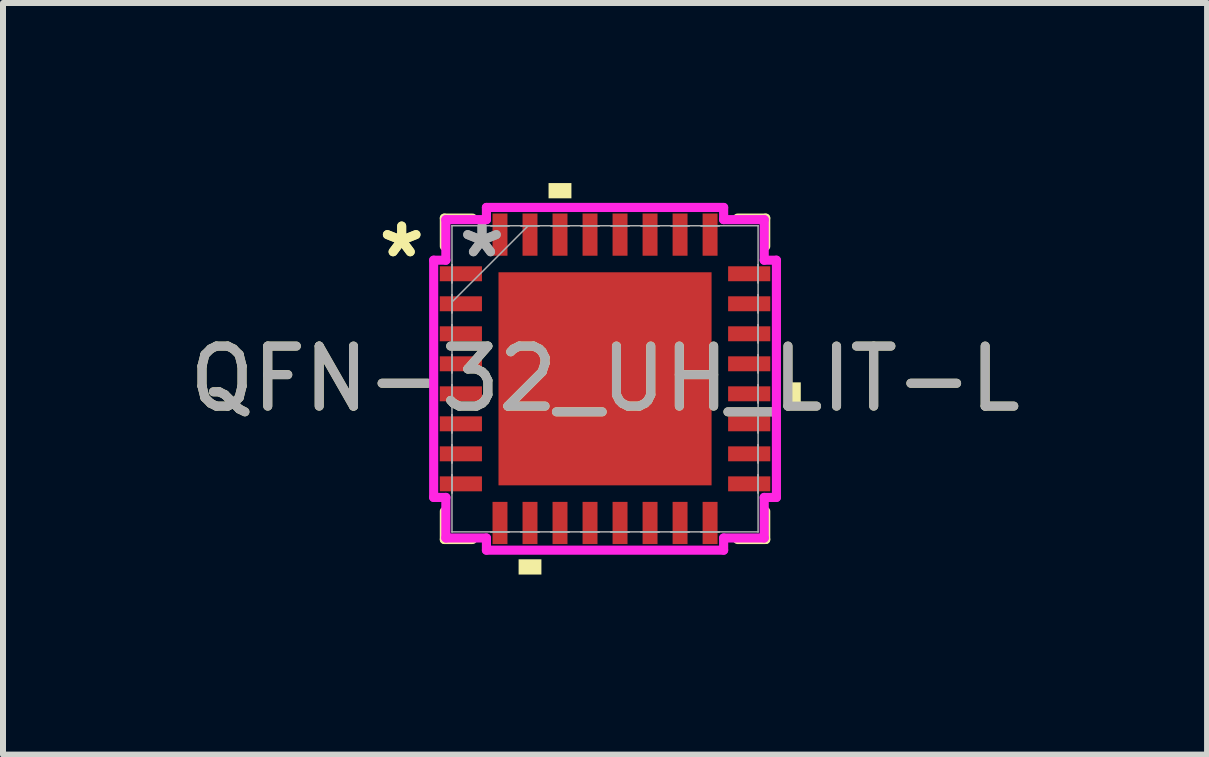
<source format=kicad_pcb>
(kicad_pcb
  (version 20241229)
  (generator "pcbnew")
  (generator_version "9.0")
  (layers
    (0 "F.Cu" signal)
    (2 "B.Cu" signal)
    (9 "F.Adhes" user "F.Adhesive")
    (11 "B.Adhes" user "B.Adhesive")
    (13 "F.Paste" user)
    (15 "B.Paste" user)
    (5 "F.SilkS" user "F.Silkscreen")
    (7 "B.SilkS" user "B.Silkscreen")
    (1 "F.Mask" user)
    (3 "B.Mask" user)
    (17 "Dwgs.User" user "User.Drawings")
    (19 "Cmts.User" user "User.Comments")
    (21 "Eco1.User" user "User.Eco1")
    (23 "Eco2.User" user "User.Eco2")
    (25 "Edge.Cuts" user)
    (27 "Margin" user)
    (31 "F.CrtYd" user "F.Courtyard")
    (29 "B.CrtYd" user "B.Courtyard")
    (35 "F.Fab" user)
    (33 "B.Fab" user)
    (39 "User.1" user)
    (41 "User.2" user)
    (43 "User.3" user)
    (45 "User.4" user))
  (footprint "QFN-32_UH_LIT-L"
    (layer "F.Cu")
    (at 7.03 3.261)
    (property "Reference" "QFN-32_UH_LIT-L" (at 0 0 0) (unlocked yes) (layer "F.SilkS") (effects (font (size 1 1) (thickness 0.15))))
    (attr smd)
    (fp_line (start -2.677 -2.677) (end -2.677 -2.207) (stroke (width 0.152) (type solid)) (layer "F.SilkS"))
    (fp_line (start -2.677 2.207) (end -2.677 2.677) (stroke (width 0.152) (type solid)) (layer "F.SilkS"))
    (fp_line (start -2.677 2.677) (end -2.207 2.677) (stroke (width 0.152) (type solid)) (layer "F.SilkS"))
    (fp_line (start -2.207 -2.677) (end -2.677 -2.677) (stroke (width 0.152) (type solid)) (layer "F.SilkS"))
    (fp_line (start 2.207 2.677) (end 2.677 2.677) (stroke (width 0.152) (type solid)) (layer "F.SilkS"))
    (fp_line (start 2.677 -2.677) (end 2.207 -2.677) (stroke (width 0.152) (type solid)) (layer "F.SilkS"))
    (fp_line (start 2.677 -2.207) (end 2.677 -2.677) (stroke (width 0.152) (type solid)) (layer "F.SilkS"))
    (fp_line (start 2.677 2.677) (end 2.677 2.207) (stroke (width 0.152) (type solid)) (layer "F.SilkS"))
    (fp_poly (pts (xy -1.44 3.007) (xy -1.44 3.261) (xy -1.06 3.261) (xy -1.06 3.007)) (stroke (width 0) (type solid)) (fill yes) (layer "F.SilkS"))
    (fp_poly (pts (xy -0.941 -3.007) (xy -0.941 -3.261) (xy -0.56 -3.261) (xy -0.56 -3.007)) (stroke (width 0) (type solid)) (fill yes) (layer "F.SilkS"))
    (fp_poly (pts (xy 3.261 0.059) (xy 3.261 0.441) (xy 3.007 0.441) (xy 3.007 0.059)) (stroke (width 0) (type solid)) (fill yes) (layer "F.SilkS"))
    (fp_poly (pts (xy -1.675 -1.675) (xy -1.675 -0.1) (xy -0.1 -0.1) (xy -0.1 -1.675)) (stroke (width 0) (type solid)) (fill yes) (layer "F.Paste"))
    (fp_poly (pts (xy -1.675 0.1) (xy -1.675 1.675) (xy -0.1 1.675) (xy -0.1 0.1)) (stroke (width 0) (type solid)) (fill yes) (layer "F.Paste"))
    (fp_poly (pts (xy 0.1 -1.675) (xy 0.1 -0.1) (xy 1.675 -0.1) (xy 1.675 -1.675)) (stroke (width 0) (type solid)) (fill yes) (layer "F.Paste"))
    (fp_poly (pts (xy 0.1 0.1) (xy 0.1 1.675) (xy 1.675 1.675) (xy 1.675 0.1)) (stroke (width 0) (type solid)) (fill yes) (layer "F.Paste"))
    (fp_line (start -2.855 -1.976) (end -2.652 -1.976) (stroke (width 0.152) (type solid)) (layer "F.CrtYd"))
    (fp_line (start -2.855 1.976) (end -2.855 -1.976) (stroke (width 0.152) (type solid)) (layer "F.CrtYd"))
    (fp_line (start -2.652 -2.652) (end -1.976 -2.652) (stroke (width 0.152) (type solid)) (layer "F.CrtYd"))
    (fp_line (start -2.652 -1.976) (end -2.652 -2.652) (stroke (width 0.152) (type solid)) (layer "F.CrtYd"))
    (fp_line (start -2.652 1.976) (end -2.855 1.976) (stroke (width 0.152) (type solid)) (layer "F.CrtYd"))
    (fp_line (start -2.652 2.652) (end -2.652 1.976) (stroke (width 0.152) (type solid)) (layer "F.CrtYd"))
    (fp_line (start -1.976 -2.855) (end 1.976 -2.855) (stroke (width 0.152) (type solid)) (layer "F.CrtYd"))
    (fp_line (start -1.976 -2.652) (end -1.976 -2.855) (stroke (width 0.152) (type solid)) (layer "F.CrtYd"))
    (fp_line (start -1.976 2.652) (end -2.652 2.652) (stroke (width 0.152) (type solid)) (layer "F.CrtYd"))
    (fp_line (start -1.976 2.855) (end -1.976 2.652) (stroke (width 0.152) (type solid)) (layer "F.CrtYd"))
    (fp_line (start 1.976 -2.855) (end 1.976 -2.652) (stroke (width 0.152) (type solid)) (layer "F.CrtYd"))
    (fp_line (start 1.976 -2.652) (end 2.652 -2.652) (stroke (width 0.152) (type solid)) (layer "F.CrtYd"))
    (fp_line (start 1.976 2.652) (end 1.976 2.855) (stroke (width 0.152) (type solid)) (layer "F.CrtYd"))
    (fp_line (start 1.976 2.855) (end -1.976 2.855) (stroke (width 0.152) (type solid)) (layer "F.CrtYd"))
    (fp_line (start 2.652 -2.652) (end 2.652 -1.976) (stroke (width 0.152) (type solid)) (layer "F.CrtYd"))
    (fp_line (start 2.652 -1.976) (end 2.855 -1.976) (stroke (width 0.152) (type solid)) (layer "F.CrtYd"))
    (fp_line (start 2.652 1.976) (end 2.652 2.652) (stroke (width 0.152) (type solid)) (layer "F.CrtYd"))
    (fp_line (start 2.652 2.652) (end 1.976 2.652) (stroke (width 0.152) (type solid)) (layer "F.CrtYd"))
    (fp_line (start 2.855 -1.976) (end 2.855 1.976) (stroke (width 0.152) (type solid)) (layer "F.CrtYd"))
    (fp_line (start 2.855 1.976) (end 2.652 1.976) (stroke (width 0.152) (type solid)) (layer "F.CrtYd"))
    (fp_line (start -2.55 -2.55) (end -2.55 -2.55) (stroke (width 0.025) (type solid)) (layer "F.Fab"))
    (fp_line (start -2.55 -2.55) (end -2.55 2.55) (stroke (width 0.025) (type solid)) (layer "F.Fab"))
    (fp_line (start -2.55 -1.9) (end -2.55 -1.9) (stroke (width 0.025) (type solid)) (layer "F.Fab"))
    (fp_line (start -2.55 -1.9) (end -2.55 -1.6) (stroke (width 0.025) (type solid)) (layer "F.Fab"))
    (fp_line (start -2.55 -1.6) (end -2.55 -1.9) (stroke (width 0.025) (type solid)) (layer "F.Fab"))
    (fp_line (start -2.55 -1.6) (end -2.55 -1.6) (stroke (width 0.025) (type solid)) (layer "F.Fab"))
    (fp_line (start -2.55 -1.4) (end -2.55 -1.4) (stroke (width 0.025) (type solid)) (layer "F.Fab"))
    (fp_line (start -2.55 -1.4) (end -2.55 -1.1) (stroke (width 0.025) (type solid)) (layer "F.Fab"))
    (fp_line (start -2.55 -1.28) (end -1.28 -2.55) (stroke (width 0.025) (type solid)) (layer "F.Fab"))
    (fp_line (start -2.55 -1.1) (end -2.55 -1.4) (stroke (width 0.025) (type solid)) (layer "F.Fab"))
    (fp_line (start -2.55 -1.1) (end -2.55 -1.1) (stroke (width 0.025) (type solid)) (layer "F.Fab"))
    (fp_line (start -2.55 -0.9) (end -2.55 -0.9) (stroke (width 0.025) (type solid)) (layer "F.Fab"))
    (fp_line (start -2.55 -0.9) (end -2.55 -0.6) (stroke (width 0.025) (type solid)) (layer "F.Fab"))
    (fp_line (start -2.55 -0.6) (end -2.55 -0.9) (stroke (width 0.025) (type solid)) (layer "F.Fab"))
    (fp_line (start -2.55 -0.6) (end -2.55 -0.6) (stroke (width 0.025) (type solid)) (layer "F.Fab"))
    (fp_line (start -2.55 -0.4) (end -2.55 -0.4) (stroke (width 0.025) (type solid)) (layer "F.Fab"))
    (fp_line (start -2.55 -0.4) (end -2.55 -0.1) (stroke (width 0.025) (type solid)) (layer "F.Fab"))
    (fp_line (start -2.55 -0.1) (end -2.55 -0.4) (stroke (width 0.025) (type solid)) (layer "F.Fab"))
    (fp_line (start -2.55 -0.1) (end -2.55 -0.1) (stroke (width 0.025) (type solid)) (layer "F.Fab"))
    (fp_line (start -2.55 0.1) (end -2.55 0.1) (stroke (width 0.025) (type solid)) (layer "F.Fab"))
    (fp_line (start -2.55 0.1) (end -2.55 0.4) (stroke (width 0.025) (type solid)) (layer "F.Fab"))
    (fp_line (start -2.55 0.4) (end -2.55 0.1) (stroke (width 0.025) (type solid)) (layer "F.Fab"))
    (fp_line (start -2.55 0.4) (end -2.55 0.4) (stroke (width 0.025) (type solid)) (layer "F.Fab"))
    (fp_line (start -2.55 0.6) (end -2.55 0.6) (stroke (width 0.025) (type solid)) (layer "F.Fab"))
    (fp_line (start -2.55 0.6) (end -2.55 0.9) (stroke (width 0.025) (type solid)) (layer "F.Fab"))
    (fp_line (start -2.55 0.9) (end -2.55 0.6) (stroke (width 0.025) (type solid)) (layer "F.Fab"))
    (fp_line (start -2.55 0.9) (end -2.55 0.9) (stroke (width 0.025) (type solid)) (layer "F.Fab"))
    (fp_line (start -2.55 1.1) (end -2.55 1.1) (stroke (width 0.025) (type solid)) (layer "F.Fab"))
    (fp_line (start -2.55 1.1) (end -2.55 1.4) (stroke (width 0.025) (type solid)) (layer "F.Fab"))
    (fp_line (start -2.55 1.4) (end -2.55 1.1) (stroke (width 0.025) (type solid)) (layer "F.Fab"))
    (fp_line (start -2.55 1.4) (end -2.55 1.4) (stroke (width 0.025) (type solid)) (layer "F.Fab"))
    (fp_line (start -2.55 1.6) (end -2.55 1.6) (stroke (width 0.025) (type solid)) (layer "F.Fab"))
    (fp_line (start -2.55 1.6) (end -2.55 1.9) (stroke (width 0.025) (type solid)) (layer "F.Fab"))
    (fp_line (start -2.55 1.9) (end -2.55 1.6) (stroke (width 0.025) (type solid)) (layer "F.Fab"))
    (fp_line (start -2.55 1.9) (end -2.55 1.9) (stroke (width 0.025) (type solid)) (layer "F.Fab"))
    (fp_line (start -2.55 2.55) (end -2.55 2.55) (stroke (width 0.025) (type solid)) (layer "F.Fab"))
    (fp_line (start -2.55 2.55) (end 2.55 2.55) (stroke (width 0.025) (type solid)) (layer "F.Fab"))
    (fp_line (start -1.9 -2.55) (end -1.9 -2.55) (stroke (width 0.025) (type solid)) (layer "F.Fab"))
    (fp_line (start -1.9 -2.55) (end -1.6 -2.55) (stroke (width 0.025) (type solid)) (layer "F.Fab"))
    (fp_line (start -1.9 2.55) (end -1.9 2.55) (stroke (width 0.025) (type solid)) (layer "F.Fab"))
    (fp_line (start -1.9 2.55) (end -1.6 2.55) (stroke (width 0.025) (type solid)) (layer "F.Fab"))
    (fp_line (start -1.6 -2.55) (end -1.9 -2.55) (stroke (width 0.025) (type solid)) (layer "F.Fab"))
    (fp_line (start -1.6 -2.55) (end -1.6 -2.55) (stroke (width 0.025) (type solid)) (layer "F.Fab"))
    (fp_line (start -1.6 2.55) (end -1.9 2.55) (stroke (width 0.025) (type solid)) (layer "F.Fab"))
    (fp_line (start -1.6 2.55) (end -1.6 2.55) (stroke (width 0.025) (type solid)) (layer "F.Fab"))
    (fp_line (start -1.4 -2.55) (end -1.4 -2.55) (stroke (width 0.025) (type solid)) (layer "F.Fab"))
    (fp_line (start -1.4 -2.55) (end -1.1 -2.55) (stroke (width 0.025) (type solid)) (layer "F.Fab"))
    (fp_line (start -1.4 2.55) (end -1.4 2.55) (stroke (width 0.025) (type solid)) (layer "F.Fab"))
    (fp_line (start -1.4 2.55) (end -1.1 2.55) (stroke (width 0.025) (type solid)) (layer "F.Fab"))
    (fp_line (start -1.1 -2.55) (end -1.4 -2.55) (stroke (width 0.025) (type solid)) (layer "F.Fab"))
    (fp_line (start -1.1 -2.55) (end -1.1 -2.55) (stroke (width 0.025) (type solid)) (layer "F.Fab"))
    (fp_line (start -1.1 2.55) (end -1.4 2.55) (stroke (width 0.025) (type solid)) (layer "F.Fab"))
    (fp_line (start -1.1 2.55) (end -1.1 2.55) (stroke (width 0.025) (type solid)) (layer "F.Fab"))
    (fp_line (start -0.9 -2.55) (end -0.9 -2.55) (stroke (width 0.025) (type solid)) (layer "F.Fab"))
    (fp_line (start -0.9 -2.55) (end -0.6 -2.55) (stroke (width 0.025) (type solid)) (layer "F.Fab"))
    (fp_line (start -0.9 2.55) (end -0.9 2.55) (stroke (width 0.025) (type solid)) (layer "F.Fab"))
    (fp_line (start -0.9 2.55) (end -0.6 2.55) (stroke (width 0.025) (type solid)) (layer "F.Fab"))
    (fp_line (start -0.6 -2.55) (end -0.9 -2.55) (stroke (width 0.025) (type solid)) (layer "F.Fab"))
    (fp_line (start -0.6 -2.55) (end -0.6 -2.55) (stroke (width 0.025) (type solid)) (layer "F.Fab"))
    (fp_line (start -0.6 2.55) (end -0.9 2.55) (stroke (width 0.025) (type solid)) (layer "F.Fab"))
    (fp_line (start -0.6 2.55) (end -0.6 2.55) (stroke (width 0.025) (type solid)) (layer "F.Fab"))
    (fp_line (start -0.4 -2.55) (end -0.4 -2.55) (stroke (width 0.025) (type solid)) (layer "F.Fab"))
    (fp_line (start -0.4 -2.55) (end -0.1 -2.55) (stroke (width 0.025) (type solid)) (layer "F.Fab"))
    (fp_line (start -0.4 2.55) (end -0.4 2.55) (stroke (width 0.025) (type solid)) (layer "F.Fab"))
    (fp_line (start -0.4 2.55) (end -0.1 2.55) (stroke (width 0.025) (type solid)) (layer "F.Fab"))
    (fp_line (start -0.1 -2.55) (end -0.4 -2.55) (stroke (width 0.025) (type solid)) (layer "F.Fab"))
    (fp_line (start -0.1 -2.55) (end -0.1 -2.55) (stroke (width 0.025) (type solid)) (layer "F.Fab"))
    (fp_line (start -0.1 2.55) (end -0.4 2.55) (stroke (width 0.025) (type solid)) (layer "F.Fab"))
    (fp_line (start -0.1 2.55) (end -0.1 2.55) (stroke (width 0.025) (type solid)) (layer "F.Fab"))
    (fp_line (start 0.1 -2.55) (end 0.1 -2.55) (stroke (width 0.025) (type solid)) (layer "F.Fab"))
    (fp_line (start 0.1 -2.55) (end 0.4 -2.55) (stroke (width 0.025) (type solid)) (layer "F.Fab"))
    (fp_line (start 0.1 2.55) (end 0.1 2.55) (stroke (width 0.025) (type solid)) (layer "F.Fab"))
    (fp_line (start 0.1 2.55) (end 0.4 2.55) (stroke (width 0.025) (type solid)) (layer "F.Fab"))
    (fp_line (start 0.4 -2.55) (end 0.1 -2.55) (stroke (width 0.025) (type solid)) (layer "F.Fab"))
    (fp_line (start 0.4 -2.55) (end 0.4 -2.55) (stroke (width 0.025) (type solid)) (layer "F.Fab"))
    (fp_line (start 0.4 2.55) (end 0.1 2.55) (stroke (width 0.025) (type solid)) (layer "F.Fab"))
    (fp_line (start 0.4 2.55) (end 0.4 2.55) (stroke (width 0.025) (type solid)) (layer "F.Fab"))
    (fp_line (start 0.6 -2.55) (end 0.6 -2.55) (stroke (width 0.025) (type solid)) (layer "F.Fab"))
    (fp_line (start 0.6 -2.55) (end 0.9 -2.55) (stroke (width 0.025) (type solid)) (layer "F.Fab"))
    (fp_line (start 0.6 2.55) (end 0.6 2.55) (stroke (width 0.025) (type solid)) (layer "F.Fab"))
    (fp_line (start 0.6 2.55) (end 0.9 2.55) (stroke (width 0.025) (type solid)) (layer "F.Fab"))
    (fp_line (start 0.9 -2.55) (end 0.6 -2.55) (stroke (width 0.025) (type solid)) (layer "F.Fab"))
    (fp_line (start 0.9 -2.55) (end 0.9 -2.55) (stroke (width 0.025) (type solid)) (layer "F.Fab"))
    (fp_line (start 0.9 2.55) (end 0.6 2.55) (stroke (width 0.025) (type solid)) (layer "F.Fab"))
    (fp_line (start 0.9 2.55) (end 0.9 2.55) (stroke (width 0.025) (type solid)) (layer "F.Fab"))
    (fp_line (start 1.1 -2.55) (end 1.1 -2.55) (stroke (width 0.025) (type solid)) (layer "F.Fab"))
    (fp_line (start 1.1 -2.55) (end 1.4 -2.55) (stroke (width 0.025) (type solid)) (layer "F.Fab"))
    (fp_line (start 1.1 2.55) (end 1.1 2.55) (stroke (width 0.025) (type solid)) (layer "F.Fab"))
    (fp_line (start 1.1 2.55) (end 1.4 2.55) (stroke (width 0.025) (type solid)) (layer "F.Fab"))
    (fp_line (start 1.4 -2.55) (end 1.1 -2.55) (stroke (width 0.025) (type solid)) (layer "F.Fab"))
    (fp_line (start 1.4 -2.55) (end 1.4 -2.55) (stroke (width 0.025) (type solid)) (layer "F.Fab"))
    (fp_line (start 1.4 2.55) (end 1.1 2.55) (stroke (width 0.025) (type solid)) (layer "F.Fab"))
    (fp_line (start 1.4 2.55) (end 1.4 2.55) (stroke (width 0.025) (type solid)) (layer "F.Fab"))
    (fp_line (start 1.6 -2.55) (end 1.6 -2.55) (stroke (width 0.025) (type solid)) (layer "F.Fab"))
    (fp_line (start 1.6 -2.55) (end 1.9 -2.55) (stroke (width 0.025) (type solid)) (layer "F.Fab"))
    (fp_line (start 1.6 2.55) (end 1.6 2.55) (stroke (width 0.025) (type solid)) (layer "F.Fab"))
    (fp_line (start 1.6 2.55) (end 1.9 2.55) (stroke (width 0.025) (type solid)) (layer "F.Fab"))
    (fp_line (start 1.9 -2.55) (end 1.6 -2.55) (stroke (width 0.025) (type solid)) (layer "F.Fab"))
    (fp_line (start 1.9 -2.55) (end 1.9 -2.55) (stroke (width 0.025) (type solid)) (layer "F.Fab"))
    (fp_line (start 1.9 2.55) (end 1.6 2.55) (stroke (width 0.025) (type solid)) (layer "F.Fab"))
    (fp_line (start 1.9 2.55) (end 1.9 2.55) (stroke (width 0.025) (type solid)) (layer "F.Fab"))
    (fp_line (start 2.55 -2.55) (end -2.55 -2.55) (stroke (width 0.025) (type solid)) (layer "F.Fab"))
    (fp_line (start 2.55 -2.55) (end 2.55 -2.55) (stroke (width 0.025) (type solid)) (layer "F.Fab"))
    (fp_line (start 2.55 -1.9) (end 2.55 -1.9) (stroke (width 0.025) (type solid)) (layer "F.Fab"))
    (fp_line (start 2.55 -1.9) (end 2.55 -1.6) (stroke (width 0.025) (type solid)) (layer "F.Fab"))
    (fp_line (start 2.55 -1.6) (end 2.55 -1.9) (stroke (width 0.025) (type solid)) (layer "F.Fab"))
    (fp_line (start 2.55 -1.6) (end 2.55 -1.6) (stroke (width 0.025) (type solid)) (layer "F.Fab"))
    (fp_line (start 2.55 -1.4) (end 2.55 -1.4) (stroke (width 0.025) (type solid)) (layer "F.Fab"))
    (fp_line (start 2.55 -1.4) (end 2.55 -1.1) (stroke (width 0.025) (type solid)) (layer "F.Fab"))
    (fp_line (start 2.55 -1.1) (end 2.55 -1.4) (stroke (width 0.025) (type solid)) (layer "F.Fab"))
    (fp_line (start 2.55 -1.1) (end 2.55 -1.1) (stroke (width 0.025) (type solid)) (layer "F.Fab"))
    (fp_line (start 2.55 -0.9) (end 2.55 -0.9) (stroke (width 0.025) (type solid)) (layer "F.Fab"))
    (fp_line (start 2.55 -0.9) (end 2.55 -0.6) (stroke (width 0.025) (type solid)) (layer "F.Fab"))
    (fp_line (start 2.55 -0.6) (end 2.55 -0.9) (stroke (width 0.025) (type solid)) (layer "F.Fab"))
    (fp_line (start 2.55 -0.6) (end 2.55 -0.6) (stroke (width 0.025) (type solid)) (layer "F.Fab"))
    (fp_line (start 2.55 -0.4) (end 2.55 -0.4) (stroke (width 0.025) (type solid)) (layer "F.Fab"))
    (fp_line (start 2.55 -0.4) (end 2.55 -0.1) (stroke (width 0.025) (type solid)) (layer "F.Fab"))
    (fp_line (start 2.55 -0.1) (end 2.55 -0.4) (stroke (width 0.025) (type solid)) (layer "F.Fab"))
    (fp_line (start 2.55 -0.1) (end 2.55 -0.1) (stroke (width 0.025) (type solid)) (layer "F.Fab"))
    (fp_line (start 2.55 0.1) (end 2.55 0.1) (stroke (width 0.025) (type solid)) (layer "F.Fab"))
    (fp_line (start 2.55 0.1) (end 2.55 0.4) (stroke (width 0.025) (type solid)) (layer "F.Fab"))
    (fp_line (start 2.55 0.4) (end 2.55 0.1) (stroke (width 0.025) (type solid)) (layer "F.Fab"))
    (fp_line (start 2.55 0.4) (end 2.55 0.4) (stroke (width 0.025) (type solid)) (layer "F.Fab"))
    (fp_line (start 2.55 0.6) (end 2.55 0.6) (stroke (width 0.025) (type solid)) (layer "F.Fab"))
    (fp_line (start 2.55 0.6) (end 2.55 0.9) (stroke (width 0.025) (type solid)) (layer "F.Fab"))
    (fp_line (start 2.55 0.9) (end 2.55 0.6) (stroke (width 0.025) (type solid)) (layer "F.Fab"))
    (fp_line (start 2.55 0.9) (end 2.55 0.9) (stroke (width 0.025) (type solid)) (layer "F.Fab"))
    (fp_line (start 2.55 1.1) (end 2.55 1.1) (stroke (width 0.025) (type solid)) (layer "F.Fab"))
    (fp_line (start 2.55 1.1) (end 2.55 1.4) (stroke (width 0.025) (type solid)) (layer "F.Fab"))
    (fp_line (start 2.55 1.4) (end 2.55 1.1) (stroke (width 0.025) (type solid)) (layer "F.Fab"))
    (fp_line (start 2.55 1.4) (end 2.55 1.4) (stroke (width 0.025) (type solid)) (layer "F.Fab"))
    (fp_line (start 2.55 1.6) (end 2.55 1.6) (stroke (width 0.025) (type solid)) (layer "F.Fab"))
    (fp_line (start 2.55 1.6) (end 2.55 1.9) (stroke (width 0.025) (type solid)) (layer "F.Fab"))
    (fp_line (start 2.55 1.9) (end 2.55 1.6) (stroke (width 0.025) (type solid)) (layer "F.Fab"))
    (fp_line (start 2.55 1.9) (end 2.55 1.9) (stroke (width 0.025) (type solid)) (layer "F.Fab"))
    (fp_line (start 2.55 2.55) (end 2.55 -2.55) (stroke (width 0.025) (type solid)) (layer "F.Fab"))
    (fp_line (start 2.55 2.55) (end 2.55 2.55) (stroke (width 0.025) (type solid)) (layer "F.Fab"))
    (fp_text user "*" (at -3.388 -2 0) (unlocked yes) (layer "F.SilkS") (effects (font (size 1 1) (thickness 0.15))))
    (fp_text user "*" (at -3.388 -2 0) (layer "F.SilkS") (effects (font (size 1 1) (thickness 0.15))))
    (fp_text user "*" (at -2.05 -2 0) (layer "F.Fab") (effects (font (size 1 1) (thickness 0.15))))
    (fp_text user "${REFERENCE}" (at 0 0 0) (unlocked yes) (layer "F.Fab") (effects (font (size 1 1) (thickness 0.15))))
    (fp_text user "*" (at -2.05 -2 0) (unlocked yes) (layer "F.Fab") (effects (font (size 1 1) (thickness 0.15))))
    (pad "1" smd rect (at -2.402 -1.75 90) (size 0.249 0.703) (layers "F.Cu" "F.Mask" "F.Paste"))
    (pad "2" smd rect (at -2.402 -1.25 90) (size 0.249 0.703) (layers "F.Cu" "F.Mask" "F.Paste"))
    (pad "3" smd rect (at -2.402 -0.75 90) (size 0.249 0.703) (layers "F.Cu" "F.Mask" "F.Paste"))
    (pad "4" smd rect (at -2.402 -0.25 90) (size 0.249 0.703) (layers "F.Cu" "F.Mask" "F.Paste"))
    (pad "5" smd rect (at -2.402 0.25 90) (size 0.249 0.703) (layers "F.Cu" "F.Mask" "F.Paste"))
    (pad "6" smd rect (at -2.402 0.75 90) (size 0.249 0.703) (layers "F.Cu" "F.Mask" "F.Paste"))
    (pad "7" smd rect (at -2.402 1.25 90) (size 0.249 0.703) (layers "F.Cu" "F.Mask" "F.Paste"))
    (pad "8" smd rect (at -2.402 1.75 90) (size 0.249 0.703) (layers "F.Cu" "F.Mask" "F.Paste"))
    (pad "9" smd rect (at -1.75 2.402) (size 0.249 0.703) (layers "F.Cu" "F.Mask" "F.Paste"))
    (pad "10" smd rect (at -1.25 2.402) (size 0.249 0.703) (layers "F.Cu" "F.Mask" "F.Paste"))
    (pad "11" smd rect (at -0.75 2.402) (size 0.249 0.703) (layers "F.Cu" "F.Mask" "F.Paste"))
    (pad "12" smd rect (at -0.25 2.402) (size 0.249 0.703) (layers "F.Cu" "F.Mask" "F.Paste"))
    (pad "13" smd rect (at 0.25 2.402) (size 0.249 0.703) (layers "F.Cu" "F.Mask" "F.Paste"))
    (pad "14" smd rect (at 0.75 2.402) (size 0.249 0.703) (layers "F.Cu" "F.Mask" "F.Paste"))
    (pad "15" smd rect (at 1.25 2.402) (size 0.249 0.703) (layers "F.Cu" "F.Mask" "F.Paste"))
    (pad "16" smd rect (at 1.75 2.402) (size 0.249 0.703) (layers "F.Cu" "F.Mask" "F.Paste"))
    (pad "17" smd rect (at 2.402 1.75 90) (size 0.249 0.703) (layers "F.Cu" "F.Mask" "F.Paste"))
    (pad "18" smd rect (at 2.402 1.25 90) (size 0.249 0.703) (layers "F.Cu" "F.Mask" "F.Paste"))
    (pad "19" smd rect (at 2.402 0.75 90) (size 0.249 0.703) (layers "F.Cu" "F.Mask" "F.Paste"))
    (pad "20" smd rect (at 2.402 0.25 90) (size 0.249 0.703) (layers "F.Cu" "F.Mask" "F.Paste"))
    (pad "21" smd rect (at 2.402 -0.25 90) (size 0.249 0.703) (layers "F.Cu" "F.Mask" "F.Paste"))
    (pad "22" smd rect (at 2.402 -0.75 90) (size 0.249 0.703) (layers "F.Cu" "F.Mask" "F.Paste"))
    (pad "23" smd rect (at 2.402 -1.25 90) (size 0.249 0.703) (layers "F.Cu" "F.Mask" "F.Paste"))
    (pad "24" smd rect (at 2.402 -1.75 90) (size 0.249 0.703) (layers "F.Cu" "F.Mask" "F.Paste"))
    (pad "25" smd rect (at 1.75 -2.402) (size 0.249 0.703) (layers "F.Cu" "F.Mask" "F.Paste"))
    (pad "26" smd rect (at 1.25 -2.402) (size 0.249 0.703) (layers "F.Cu" "F.Mask" "F.Paste"))
    (pad "27" smd rect (at 0.75 -2.402) (size 0.249 0.703) (layers "F.Cu" "F.Mask" "F.Paste"))
    (pad "28" smd rect (at 0.25 -2.402) (size 0.249 0.703) (layers "F.Cu" "F.Mask" "F.Paste"))
    (pad "29" smd rect (at -0.25 -2.402) (size 0.249 0.703) (layers "F.Cu" "F.Mask" "F.Paste"))
    (pad "30" smd rect (at -0.75 -2.402) (size 0.249 0.703) (layers "F.Cu" "F.Mask" "F.Paste"))
    (pad "31" smd rect (at -1.25 -2.402) (size 0.249 0.703) (layers "F.Cu" "F.Mask" "F.Paste"))
    (pad "32" smd rect (at -1.75 -2.402) (size 0.249 0.703) (layers "F.Cu" "F.Mask" "F.Paste"))
    (pad "33" smd rect (at 0 0) (size 3.55 3.55) (layers "F.Cu" "F.Mask")))
  (gr_rect
    (start -3 -3)
    (end 17.06 9.522)
    (stroke (width 0.1) (type default))
    (fill no)
    (layer "Edge.Cuts")))
</source>
